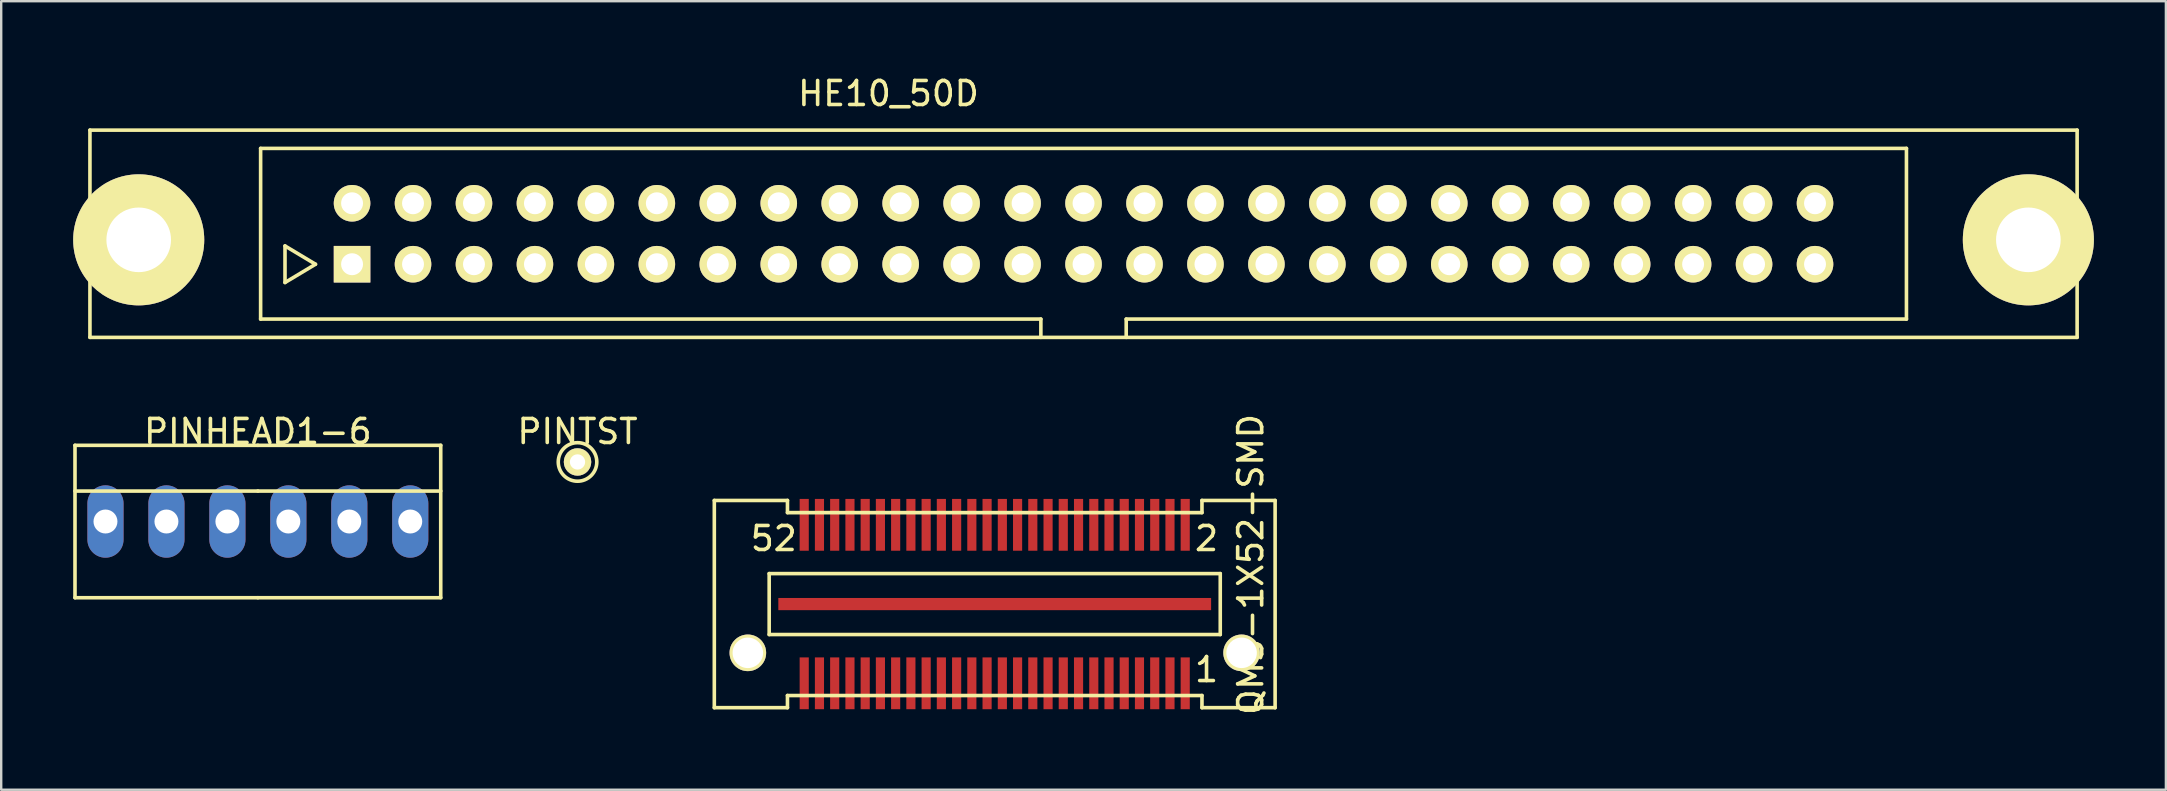
<source format=kicad_pcb>
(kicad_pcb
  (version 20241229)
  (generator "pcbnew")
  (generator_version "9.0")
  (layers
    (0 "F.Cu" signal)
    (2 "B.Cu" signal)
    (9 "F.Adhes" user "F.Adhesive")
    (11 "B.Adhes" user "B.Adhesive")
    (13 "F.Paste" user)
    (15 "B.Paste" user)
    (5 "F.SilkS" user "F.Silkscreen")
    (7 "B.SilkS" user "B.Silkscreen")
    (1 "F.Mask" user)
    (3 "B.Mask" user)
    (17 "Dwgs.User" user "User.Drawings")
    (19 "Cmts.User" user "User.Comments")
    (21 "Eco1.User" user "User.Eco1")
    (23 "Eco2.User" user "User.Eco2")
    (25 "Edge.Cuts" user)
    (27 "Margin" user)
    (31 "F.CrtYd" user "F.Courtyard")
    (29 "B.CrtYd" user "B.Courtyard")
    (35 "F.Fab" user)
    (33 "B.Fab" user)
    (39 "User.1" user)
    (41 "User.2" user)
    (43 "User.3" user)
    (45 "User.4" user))
  (footprint "QMS-1X52-SMD"
    (layer "F.Cu")
    (at 38.399 22.121)
    (property "Reference" "QMS-1X52-SMD" (at 10.668 -1.651 90) (layer "F.SilkS") (effects (font (size 1 1) (thickness 0.15))))
    (attr smd)
    (fp_line (start -11.684 4.318) (end -11.684 -4.318) (stroke (width 0.15) (type solid)) (layer "F.SilkS"))
    (fp_line (start -9.398 -1.27) (end 9.398 -1.27) (stroke (width 0.15) (type solid)) (layer "F.SilkS"))
    (fp_line (start -9.398 1.27) (end -9.398 -1.27) (stroke (width 0.15) (type solid)) (layer "F.SilkS"))
    (fp_line (start -8.636 -4.318) (end -11.684 -4.318) (stroke (width 0.15) (type solid)) (layer "F.SilkS"))
    (fp_line (start -8.636 -4.318) (end -8.636 -3.81) (stroke (width 0.15) (type solid)) (layer "F.SilkS"))
    (fp_line (start -8.636 -3.81) (end 8.636 -3.81) (stroke (width 0.15) (type solid)) (layer "F.SilkS"))
    (fp_line (start -8.636 3.81) (end -8.636 4.318) (stroke (width 0.15) (type solid)) (layer "F.SilkS"))
    (fp_line (start -8.636 4.318) (end -11.684 4.318) (stroke (width 0.15) (type solid)) (layer "F.SilkS"))
    (fp_line (start 8.636 -4.318) (end 11.684 -4.318) (stroke (width 0.15) (type solid)) (layer "F.SilkS"))
    (fp_line (start 8.636 -3.81) (end 8.636 -4.318) (stroke (width 0.15) (type solid)) (layer "F.SilkS"))
    (fp_line (start 8.636 3.81) (end -8.636 3.81) (stroke (width 0.15) (type solid)) (layer "F.SilkS"))
    (fp_line (start 8.636 4.318) (end 8.636 3.81) (stroke (width 0.15) (type solid)) (layer "F.SilkS"))
    (fp_line (start 9.398 -1.27) (end 9.398 1.27) (stroke (width 0.15) (type solid)) (layer "F.SilkS"))
    (fp_line (start 9.398 1.27) (end -9.398 1.27) (stroke (width 0.15) (type solid)) (layer "F.SilkS"))
    (fp_line (start 11.684 -4.318) (end 11.684 4.318) (stroke (width 0.15) (type solid)) (layer "F.SilkS"))
    (fp_line (start 11.684 4.318) (end 8.636 4.318) (stroke (width 0.15) (type solid)) (layer "F.SilkS"))
    (fp_text user "1" (at 8.826 2.731 0) (layer "F.SilkS") (effects (font (size 1 1) (thickness 0.15))))
    (fp_text user "2" (at 8.826 -2.731 0) (layer "F.SilkS") (effects (font (size 1 1) (thickness 0.15))))
    (fp_text user "52" (at -9.207 -2.731 0) (layer "F.SilkS") (effects (font (size 1 1) (thickness 0.15))))
    (pad "" thru_hole circle (at -10.287 2.032) (size 1.524 1.524) (drill 1.27) (layers "*.Cu" "*.Mask" "F.SilkS"))
    (pad "" thru_hole circle (at 10.287 2.032) (size 1.524 1.524) (drill 1.27) (layers "*.Cu" "*.Mask" "F.SilkS"))
    (pad "1" smd rect (at 7.938 3.302) (size 0.381 2.159) (layers "F.Cu" "F.Mask" "F.Paste"))
    (pad "2" smd rect (at 7.938 -3.302) (size 0.381 2.159) (layers "F.Cu" "F.Mask" "F.Paste"))
    (pad "3" smd rect (at 7.303 3.302) (size 0.381 2.159) (layers "F.Cu" "F.Mask" "F.Paste"))
    (pad "4" smd rect (at 7.303 -3.302) (size 0.381 2.159) (layers "F.Cu" "F.Mask" "F.Paste"))
    (pad "5" smd rect (at 6.668 3.302) (size 0.381 2.159) (layers "F.Cu" "F.Mask" "F.Paste"))
    (pad "6" smd rect (at 6.668 -3.302) (size 0.381 2.159) (layers "F.Cu" "F.Mask" "F.Paste"))
    (pad "7" smd rect (at 6.032 3.302) (size 0.381 2.159) (layers "F.Cu" "F.Mask" "F.Paste"))
    (pad "8" smd rect (at 6.032 -3.302) (size 0.381 2.159) (layers "F.Cu" "F.Mask" "F.Paste"))
    (pad "9" smd rect (at 5.397 3.302) (size 0.381 2.159) (layers "F.Cu" "F.Mask" "F.Paste"))
    (pad "10" smd rect (at 5.397 -3.302) (size 0.381 2.159) (layers "F.Cu" "F.Mask" "F.Paste"))
    (pad "11" smd rect (at 4.763 3.302) (size 0.381 2.159) (layers "F.Cu" "F.Mask" "F.Paste"))
    (pad "12" smd rect (at 4.763 -3.302) (size 0.381 2.159) (layers "F.Cu" "F.Mask" "F.Paste"))
    (pad "13" smd rect (at 4.128 3.302) (size 0.381 2.159) (layers "F.Cu" "F.Mask" "F.Paste"))
    (pad "14" smd rect (at 4.128 -3.302) (size 0.381 2.159) (layers "F.Cu" "F.Mask" "F.Paste"))
    (pad "15" smd rect (at 3.493 3.302) (size 0.381 2.159) (layers "F.Cu" "F.Mask" "F.Paste"))
    (pad "16" smd rect (at 3.493 -3.302) (size 0.381 2.159) (layers "F.Cu" "F.Mask" "F.Paste"))
    (pad "17" smd rect (at 2.857 3.302) (size 0.381 2.159) (layers "F.Cu" "F.Mask" "F.Paste"))
    (pad "18" smd rect (at 2.857 -3.302) (size 0.381 2.159) (layers "F.Cu" "F.Mask" "F.Paste"))
    (pad "19" smd rect (at 2.223 3.302) (size 0.381 2.159) (layers "F.Cu" "F.Mask" "F.Paste"))
    (pad "20" smd rect (at 2.223 -3.302) (size 0.381 2.159) (layers "F.Cu" "F.Mask" "F.Paste"))
    (pad "21" smd rect (at 1.587 3.302) (size 0.381 2.159) (layers "F.Cu" "F.Mask" "F.Paste"))
    (pad "22" smd rect (at 1.587 -3.302) (size 0.381 2.159) (layers "F.Cu" "F.Mask" "F.Paste"))
    (pad "23" smd rect (at 0.953 3.302) (size 0.381 2.159) (layers "F.Cu" "F.Mask" "F.Paste"))
    (pad "24" smd rect (at 0.953 -3.302) (size 0.381 2.159) (layers "F.Cu" "F.Mask" "F.Paste"))
    (pad "25" smd rect (at 0.318 3.302) (size 0.381 2.159) (layers "F.Cu" "F.Mask" "F.Paste"))
    (pad "26" smd rect (at 0.318 -3.302) (size 0.381 2.159) (layers "F.Cu" "F.Mask" "F.Paste"))
    (pad "27" smd rect (at -0.318 3.302) (size 0.381 2.159) (layers "F.Cu" "F.Mask" "F.Paste"))
    (pad "28" smd rect (at -0.318 -3.302) (size 0.381 2.159) (layers "F.Cu" "F.Mask" "F.Paste"))
    (pad "29" smd rect (at -0.953 3.302) (size 0.381 2.159) (layers "F.Cu" "F.Mask" "F.Paste"))
    (pad "30" smd rect (at -0.953 -3.302) (size 0.381 2.159) (layers "F.Cu" "F.Mask" "F.Paste"))
    (pad "31" smd rect (at -1.587 3.302) (size 0.381 2.159) (layers "F.Cu" "F.Mask" "F.Paste"))
    (pad "32" smd rect (at -1.587 -3.302) (size 0.381 2.159) (layers "F.Cu" "F.Mask" "F.Paste"))
    (pad "33" smd rect (at -2.223 3.302) (size 0.381 2.159) (layers "F.Cu" "F.Mask" "F.Paste"))
    (pad "34" smd rect (at -2.223 -3.302) (size 0.381 2.159) (layers "F.Cu" "F.Mask" "F.Paste"))
    (pad "35" smd rect (at -2.857 3.302) (size 0.381 2.159) (layers "F.Cu" "F.Mask" "F.Paste"))
    (pad "36" smd rect (at -2.857 -3.302) (size 0.381 2.159) (layers "F.Cu" "F.Mask" "F.Paste"))
    (pad "37" smd rect (at -3.493 3.302) (size 0.381 2.159) (layers "F.Cu" "F.Mask" "F.Paste"))
    (pad "38" smd rect (at -3.493 -3.302) (size 0.381 2.159) (layers "F.Cu" "F.Mask" "F.Paste"))
    (pad "39" smd rect (at -4.128 3.302) (size 0.381 2.159) (layers "F.Cu" "F.Mask" "F.Paste"))
    (pad "40" smd rect (at -4.128 -3.302) (size 0.381 2.159) (layers "F.Cu" "F.Mask" "F.Paste"))
    (pad "41" smd rect (at -4.763 3.302) (size 0.381 2.159) (layers "F.Cu" "F.Mask" "F.Paste"))
    (pad "42" smd rect (at -4.763 -3.302) (size 0.381 2.159) (layers "F.Cu" "F.Mask" "F.Paste"))
    (pad "43" smd rect (at -5.397 3.302) (size 0.381 2.159) (layers "F.Cu" "F.Mask" "F.Paste"))
    (pad "44" smd rect (at -5.397 -3.302) (size 0.381 2.159) (layers "F.Cu" "F.Mask" "F.Paste"))
    (pad "45" smd rect (at -6.032 3.302) (size 0.381 2.159) (layers "F.Cu" "F.Mask" "F.Paste"))
    (pad "46" smd rect (at -6.032 -3.302) (size 0.381 2.159) (layers "F.Cu" "F.Mask" "F.Paste"))
    (pad "47" smd rect (at -6.668 3.302) (size 0.381 2.159) (layers "F.Cu" "F.Mask" "F.Paste"))
    (pad "48" smd rect (at -6.668 -3.302) (size 0.381 2.159) (layers "F.Cu" "F.Mask" "F.Paste"))
    (pad "49" smd rect (at -7.303 3.302) (size 0.381 2.159) (layers "F.Cu" "F.Mask" "F.Paste"))
    (pad "50" smd rect (at -7.303 -3.302) (size 0.381 2.159) (layers "F.Cu" "F.Mask" "F.Paste"))
    (pad "51" smd rect (at -7.938 3.302) (size 0.381 2.159) (layers "F.Cu" "F.Mask" "F.Paste"))
    (pad "52" smd rect (at -7.938 -3.302) (size 0.381 2.159) (layers "F.Cu" "F.Mask" "F.Paste"))
    (pad "53" smd rect (at 0 0) (size 18.034 0.508) (layers "F.Cu" "F.Mask" "F.Paste")))
  (footprint "PINTST"
    (layer "F.Cu")
    (at 21.015 16.199)
    (property "Reference" "PINTST" (at 0 -1.267 0) (layer "F.SilkS") (effects (font (size 1 1) (thickness 0.15))))
    (attr through_hole)
    (fp_circle (center 0 0) (end -0.254 -0.762) (stroke (width 0.15) (type solid)) (fill no) (layer "F.SilkS"))
    (pad "1" thru_hole circle (at 0 0) (size 1.143 1.143) (drill 0.635) (layers "*.Cu" "*.Mask" "F.SilkS")))
  (footprint "PINHEAD1-6"
    (layer "F.Cu")
    (at 7.695 18.681)
    (property "Reference" "PINHEAD1-6" (at 0 -3.75 0) (layer "F.SilkS") (effects (font (size 1 1) (thickness 0.15))))
    (attr exclude_from_pos_files exclude_from_bom)
    (fp_line (start -7.62 -3.175) (end -7.62 3.175) (stroke (width 0.15) (type solid)) (layer "F.SilkS"))
    (fp_line (start -7.62 -3.175) (end 0 -3.175) (stroke (width 0.15) (type solid)) (layer "F.SilkS"))
    (fp_line (start 0 -3.175) (end 7.62 -3.175) (stroke (width 0.15) (type solid)) (layer "F.SilkS"))
    (fp_line (start 0 -1.27) (end -7.62 -1.27) (stroke (width 0.15) (type solid)) (layer "F.SilkS"))
    (fp_line (start 0 -1.27) (end 7.62 -1.27) (stroke (width 0.15) (type solid)) (layer "F.SilkS"))
    (fp_line (start 0 3.175) (end -7.62 3.175) (stroke (width 0.15) (type solid)) (layer "F.SilkS"))
    (fp_line (start 0 3.175) (end 7.62 3.175) (stroke (width 0.15) (type solid)) (layer "F.SilkS"))
    (fp_line (start 7.62 -3.175) (end 7.62 3.175) (stroke (width 0.15) (type solid)) (layer "F.SilkS"))
    (pad "1" thru_hole oval (at -6.35 0) (size 1.506 3.015) (drill 0.998) (layers "*.Cu" "*.Mask"))
    (pad "2" thru_hole oval (at -3.81 0) (size 1.506 3.015) (drill 0.998) (layers "*.Cu" "*.Mask"))
    (pad "3" thru_hole oval (at -1.27 0) (size 1.506 3.015) (drill 0.998) (layers "*.Cu" "*.Mask"))
    (pad "4" thru_hole oval (at 1.27 0) (size 1.506 3.015) (drill 0.998) (layers "*.Cu" "*.Mask"))
    (pad "5" thru_hole oval (at 3.81 0) (size 1.506 3.015) (drill 0.998) (layers "*.Cu" "*.Mask"))
    (pad "6" thru_hole oval (at 6.35 0) (size 1.506 3.015) (drill 0.998) (layers "*.Cu" "*.Mask")))
  (footprint "HE10_50D"
    (layer "F.Cu")
    (at 42.1 6.69)
    (property "Reference" "HE10_50D" (at -8.128 -5.842 0) (layer "F.SilkS") (effects (font (size 1 1) (thickness 0.15))))
    (attr through_hole)
    (fp_line (start -41.402 -4.318) (end -41.402 4.318) (stroke (width 0.15) (type solid)) (layer "F.SilkS"))
    (fp_line (start -41.402 4.318) (end 41.402 4.318) (stroke (width 0.15) (type solid)) (layer "F.SilkS"))
    (fp_line (start -34.29 -3.556) (end 34.29 -3.556) (stroke (width 0.15) (type solid)) (layer "F.SilkS"))
    (fp_line (start -34.29 3.556) (end -34.29 -3.556) (stroke (width 0.15) (type solid)) (layer "F.SilkS"))
    (fp_line (start -33.274 0.508) (end -33.274 2.032) (stroke (width 0.15) (type solid)) (layer "F.SilkS"))
    (fp_line (start -33.274 2.032) (end -32.004 1.27) (stroke (width 0.15) (type solid)) (layer "F.SilkS"))
    (fp_line (start -32.004 1.27) (end -33.274 0.508) (stroke (width 0.15) (type solid)) (layer "F.SilkS"))
    (fp_line (start -1.778 3.556) (end -34.29 3.556) (stroke (width 0.15) (type solid)) (layer "F.SilkS"))
    (fp_line (start -1.778 4.318) (end -1.778 3.556) (stroke (width 0.15) (type solid)) (layer "F.SilkS"))
    (fp_line (start 1.778 3.556) (end 1.778 4.318) (stroke (width 0.15) (type solid)) (layer "F.SilkS"))
    (fp_line (start 34.29 -3.556) (end 34.29 3.556) (stroke (width 0.15) (type solid)) (layer "F.SilkS"))
    (fp_line (start 34.29 3.556) (end 1.778 3.556) (stroke (width 0.15) (type solid)) (layer "F.SilkS"))
    (fp_line (start 41.402 -4.318) (end -41.402 -4.318) (stroke (width 0.15) (type solid)) (layer "F.SilkS"))
    (fp_line (start 41.402 4.318) (end 41.402 -4.318) (stroke (width 0.15) (type solid)) (layer "F.SilkS"))
    (pad "" thru_hole circle (at -39.37 0.254) (size 5.461 5.461) (drill 2.692) (layers "*.Cu" "*.Mask" "F.SilkS"))
    (pad "" thru_hole circle (at 39.37 0.254) (size 5.461 5.461) (drill 2.692) (layers "*.Cu" "*.Mask" "F.SilkS"))
    (pad "1" thru_hole rect (at -30.48 1.27) (size 1.524 1.524) (drill 0.914) (layers "*.Cu" "*.Mask" "F.SilkS"))
    (pad "2" thru_hole circle (at -30.48 -1.27) (size 1.524 1.524) (drill 0.914) (layers "*.Cu" "*.Mask" "F.SilkS"))
    (pad "3" thru_hole circle (at -27.94 1.27) (size 1.524 1.524) (drill 0.914) (layers "*.Cu" "*.Mask" "F.SilkS"))
    (pad "4" thru_hole circle (at -27.94 -1.27) (size 1.524 1.524) (drill 0.914) (layers "*.Cu" "*.Mask" "F.SilkS"))
    (pad "5" thru_hole circle (at -25.4 1.27) (size 1.524 1.524) (drill 0.914) (layers "*.Cu" "*.Mask" "F.SilkS"))
    (pad "6" thru_hole circle (at -25.4 -1.27) (size 1.524 1.524) (drill 0.914) (layers "*.Cu" "*.Mask" "F.SilkS"))
    (pad "7" thru_hole circle (at -22.86 1.27) (size 1.524 1.524) (drill 0.914) (layers "*.Cu" "*.Mask" "F.SilkS"))
    (pad "8" thru_hole circle (at -22.86 -1.27) (size 1.524 1.524) (drill 0.914) (layers "*.Cu" "*.Mask" "F.SilkS"))
    (pad "9" thru_hole circle (at -20.32 1.27) (size 1.524 1.524) (drill 0.914) (layers "*.Cu" "*.Mask" "F.SilkS"))
    (pad "10" thru_hole circle (at -20.32 -1.27) (size 1.524 1.524) (drill 0.914) (layers "*.Cu" "*.Mask" "F.SilkS"))
    (pad "11" thru_hole circle (at -17.78 1.27) (size 1.524 1.524) (drill 0.914) (layers "*.Cu" "*.Mask" "F.SilkS"))
    (pad "12" thru_hole circle (at -17.78 -1.27) (size 1.524 1.524) (drill 0.914) (layers "*.Cu" "*.Mask" "F.SilkS"))
    (pad "13" thru_hole circle (at -15.24 1.27) (size 1.524 1.524) (drill 0.914) (layers "*.Cu" "*.Mask" "F.SilkS"))
    (pad "14" thru_hole circle (at -15.24 -1.27) (size 1.524 1.524) (drill 0.914) (layers "*.Cu" "*.Mask" "F.SilkS"))
    (pad "15" thru_hole circle (at -12.7 1.27) (size 1.524 1.524) (drill 0.914) (layers "*.Cu" "*.Mask" "F.SilkS"))
    (pad "16" thru_hole circle (at -12.7 -1.27) (size 1.524 1.524) (drill 0.914) (layers "*.Cu" "*.Mask" "F.SilkS"))
    (pad "17" thru_hole circle (at -10.16 1.27) (size 1.524 1.524) (drill 0.914) (layers "*.Cu" "*.Mask" "F.SilkS"))
    (pad "18" thru_hole circle (at -10.16 -1.27) (size 1.524 1.524) (drill 0.914) (layers "*.Cu" "*.Mask" "F.SilkS"))
    (pad "19" thru_hole circle (at -7.62 1.27) (size 1.524 1.524) (drill 0.914) (layers "*.Cu" "*.Mask" "F.SilkS"))
    (pad "20" thru_hole circle (at -7.62 -1.27) (size 1.524 1.524) (drill 0.914) (layers "*.Cu" "*.Mask" "F.SilkS"))
    (pad "21" thru_hole circle (at -5.08 1.27) (size 1.524 1.524) (drill 0.914) (layers "*.Cu" "*.Mask" "F.SilkS"))
    (pad "22" thru_hole circle (at -5.08 -1.27) (size 1.524 1.524) (drill 0.914) (layers "*.Cu" "*.Mask" "F.SilkS"))
    (pad "23" thru_hole circle (at -2.54 1.27) (size 1.524 1.524) (drill 0.914) (layers "*.Cu" "*.Mask" "F.SilkS"))
    (pad "24" thru_hole circle (at -2.54 -1.27) (size 1.524 1.524) (drill 0.914) (layers "*.Cu" "*.Mask" "F.SilkS"))
    (pad "25" thru_hole circle (at 0 1.27) (size 1.524 1.524) (drill 0.914) (layers "*.Cu" "*.Mask" "F.SilkS"))
    (pad "26" thru_hole circle (at 0 -1.27) (size 1.524 1.524) (drill 0.914) (layers "*.Cu" "*.Mask" "F.SilkS"))
    (pad "27" thru_hole circle (at 2.54 1.27) (size 1.524 1.524) (drill 0.914) (layers "*.Cu" "*.Mask" "F.SilkS"))
    (pad "28" thru_hole circle (at 2.54 -1.27) (size 1.524 1.524) (drill 0.914) (layers "*.Cu" "*.Mask" "F.SilkS"))
    (pad "29" thru_hole circle (at 5.08 1.27) (size 1.524 1.524) (drill 0.914) (layers "*.Cu" "*.Mask" "F.SilkS"))
    (pad "30" thru_hole circle (at 5.08 -1.27) (size 1.524 1.524) (drill 0.914) (layers "*.Cu" "*.Mask" "F.SilkS"))
    (pad "31" thru_hole circle (at 7.62 1.27) (size 1.524 1.524) (drill 0.914) (layers "*.Cu" "*.Mask" "F.SilkS"))
    (pad "32" thru_hole circle (at 7.62 -1.27) (size 1.524 1.524) (drill 0.914) (layers "*.Cu" "*.Mask" "F.SilkS"))
    (pad "33" thru_hole circle (at 10.16 1.27) (size 1.524 1.524) (drill 0.914) (layers "*.Cu" "*.Mask" "F.SilkS"))
    (pad "34" thru_hole circle (at 10.16 -1.27) (size 1.524 1.524) (drill 0.914) (layers "*.Cu" "*.Mask" "F.SilkS"))
    (pad "35" thru_hole circle (at 12.7 1.27) (size 1.524 1.524) (drill 0.914) (layers "*.Cu" "*.Mask" "F.SilkS"))
    (pad "36" thru_hole circle (at 12.7 -1.27) (size 1.524 1.524) (drill 0.914) (layers "*.Cu" "*.Mask" "F.SilkS"))
    (pad "37" thru_hole circle (at 15.24 1.27) (size 1.524 1.524) (drill 0.914) (layers "*.Cu" "*.Mask" "F.SilkS"))
    (pad "38" thru_hole circle (at 15.24 -1.27) (size 1.524 1.524) (drill 0.914) (layers "*.Cu" "*.Mask" "F.SilkS"))
    (pad "39" thru_hole circle (at 17.78 1.27) (size 1.524 1.524) (drill 0.914) (layers "*.Cu" "*.Mask" "F.SilkS"))
    (pad "40" thru_hole circle (at 17.78 -1.27) (size 1.524 1.524) (drill 0.914) (layers "*.Cu" "*.Mask" "F.SilkS"))
    (pad "41" thru_hole circle (at 20.32 1.27) (size 1.524 1.524) (drill 0.914) (layers "*.Cu" "*.Mask" "F.SilkS"))
    (pad "42" thru_hole circle (at 20.32 -1.27) (size 1.524 1.524) (drill 0.914) (layers "*.Cu" "*.Mask" "F.SilkS"))
    (pad "43" thru_hole circle (at 22.86 1.27) (size 1.524 1.524) (drill 0.914) (layers "*.Cu" "*.Mask" "F.SilkS"))
    (pad "44" thru_hole circle (at 22.86 -1.27) (size 1.524 1.524) (drill 0.914) (layers "*.Cu" "*.Mask" "F.SilkS"))
    (pad "45" thru_hole circle (at 25.4 1.27) (size 1.524 1.524) (drill 0.914) (layers "*.Cu" "*.Mask" "F.SilkS"))
    (pad "46" thru_hole circle (at 25.4 -1.27) (size 1.524 1.524) (drill 0.914) (layers "*.Cu" "*.Mask" "F.SilkS"))
    (pad "47" thru_hole circle (at 27.94 1.27) (size 1.524 1.524) (drill 0.914) (layers "*.Cu" "*.Mask" "F.SilkS"))
    (pad "48" thru_hole circle (at 27.94 -1.27) (size 1.524 1.524) (drill 0.914) (layers "*.Cu" "*.Mask" "F.SilkS"))
    (pad "49" thru_hole circle (at 30.48 1.27) (size 1.524 1.524) (drill 0.914) (layers "*.Cu" "*.Mask" "F.SilkS"))
    (pad "50" thru_hole circle (at 30.48 -1.27) (size 1.524 1.524) (drill 0.914) (layers "*.Cu" "*.Mask" "F.SilkS")))
  (gr_rect
    (start -3 -3)
    (end 87.201 29.857)
    (stroke (width 0.1) (type default))
    (fill no)
    (layer "Edge.Cuts")))
</source>
